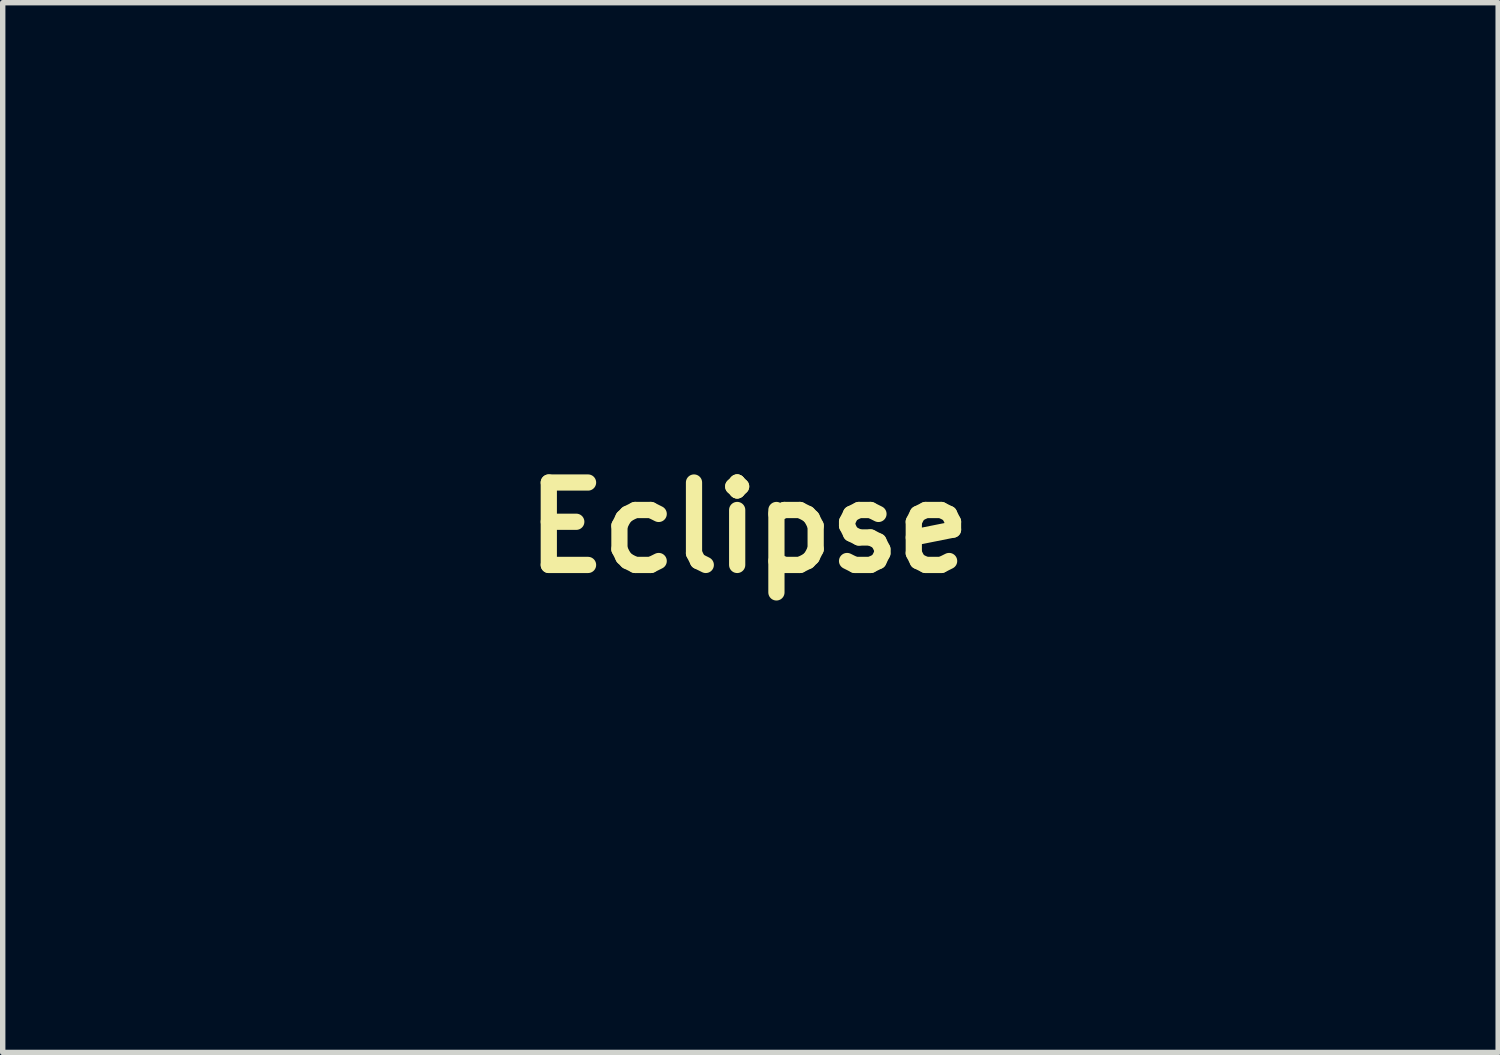
<source format=kicad_pcb>
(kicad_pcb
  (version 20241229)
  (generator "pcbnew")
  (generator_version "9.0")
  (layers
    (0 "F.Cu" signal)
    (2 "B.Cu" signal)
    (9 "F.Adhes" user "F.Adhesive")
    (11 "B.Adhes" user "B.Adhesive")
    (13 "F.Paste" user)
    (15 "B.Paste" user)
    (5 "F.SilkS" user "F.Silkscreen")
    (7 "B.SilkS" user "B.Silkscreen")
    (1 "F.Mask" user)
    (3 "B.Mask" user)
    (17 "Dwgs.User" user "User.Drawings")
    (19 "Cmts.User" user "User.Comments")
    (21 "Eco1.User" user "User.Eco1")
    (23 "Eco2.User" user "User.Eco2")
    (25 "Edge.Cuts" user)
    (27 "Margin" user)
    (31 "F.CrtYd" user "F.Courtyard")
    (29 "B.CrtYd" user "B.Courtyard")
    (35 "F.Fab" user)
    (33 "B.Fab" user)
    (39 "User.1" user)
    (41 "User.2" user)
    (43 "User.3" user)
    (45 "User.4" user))
  (footprint "Eclipse"
    (layer "F.Cu")
    (at 10.799 6.707)
    (property "Reference" "Eclipse" (at 0 0 0) (layer "F.SilkS") (effects (font (size 1.524 1.524) (thickness 0.3))))
    (attr through_hole)
    (fp_poly (pts (xy 4.03 -0.702) (xy 4.095 -0.669) (xy 4.1 -0.666) (xy 4.195 -0.59) (xy 4.215 -0.515) (xy 4.159 -0.43) (xy 4.045 -0.34) (xy 3.938 -0.256) (xy 3.868 -0.182) (xy 3.852 -0.146) (xy 3.827 -0.092) (xy 3.761 -0.097) (xy 3.671 -0.16) (xy 3.644 -0.187) (xy 3.577 -0.284) (xy 3.574 -0.374) (xy 3.641 -0.47) (xy 3.781 -0.585) (xy 3.783 -0.586) (xy 3.899 -0.667) (xy 3.973 -0.704) (xy 4.03 -0.702)) (stroke (width 0.01) (type solid)) (fill yes) (layer "F.Mask"))
    (fp_poly (pts (xy 5.18 -4.591) (xy 5.265 -4.532) (xy 5.272 -4.525) (xy 5.373 -4.424) (xy 5.032 -3.831) (xy 4.65 -3.159) (xy 4.286 -2.503) (xy 3.943 -1.87) (xy 3.624 -1.264) (xy 3.331 -0.69) (xy 3.067 -0.154) (xy 2.833 0.339) (xy 2.633 0.785) (xy 2.469 1.178) (xy 2.343 1.514) (xy 2.258 1.786) (xy 2.223 1.943) (xy 2.207 2.056) (xy 2.214 2.105) (xy 2.249 2.107) (xy 2.267 2.101) (xy 2.346 2.108) (xy 2.44 2.164) (xy 2.514 2.242) (xy 2.54 2.31) (xy 2.505 2.375) (xy 2.416 2.407) (xy 2.298 2.403) (xy 2.173 2.364) (xy 2.109 2.325) (xy 2.001 2.216) (xy 1.941 2.075) (xy 1.927 1.896) (xy 1.96 1.669) (xy 2.039 1.384) (xy 2.098 1.212) (xy 2.204 0.92) (xy 2.107 0.981) (xy 1.675 1.244) (xy 1.299 1.446) (xy 0.977 1.587) (xy 0.708 1.668) (xy 0.491 1.689) (xy 0.322 1.652) (xy 0.279 1.628) (xy 0.143 1.498) (xy 0.069 1.336) (xy 0.066 1.172) (xy 0.14 0.956) (xy 0.271 0.707) (xy 0.446 0.441) (xy 0.652 0.172) (xy 0.877 -0.083) (xy 1.107 -0.31) (xy 1.331 -0.492) (xy 1.532 -0.614) (xy 1.742 -0.694) (xy 1.915 -0.715) (xy 2.071 -0.678) (xy 2.118 -0.656) (xy 2.256 -0.544) (xy 2.323 -0.394) (xy 2.316 -0.22) (xy 2.244 -0.053) (xy 2.173 0.049) (xy 2.114 0.076) (xy 2.044 0.033) (xy 1.99 -0.021) (xy 1.928 -0.092) (xy 1.914 -0.148) (xy 1.944 -0.224) (xy 1.97 -0.273) (xy 2.016 -0.371) (xy 2.031 -0.434) (xy 2.028 -0.441) (xy 1.972 -0.443) (xy 1.867 -0.401) (xy 1.73 -0.326) (xy 1.578 -0.229) (xy 1.429 -0.119) (xy 1.309 -0.014) (xy 1.132 0.168) (xy 0.952 0.376) (xy 0.78 0.598) (xy 0.623 0.818) (xy 0.492 1.024) (xy 0.396 1.203) (xy 0.345 1.339) (xy 0.339 1.385) (xy 0.373 1.423) (xy 0.469 1.418) (xy 0.62 1.374) (xy 0.817 1.296) (xy 1.051 1.187) (xy 1.314 1.05) (xy 1.597 0.889) (xy 1.893 0.709) (xy 1.999 0.641) (xy 2.41 0.374) (xy 2.877 -0.564) (xy 3.048 -0.905) (xy 3.235 -1.267) (xy 3.432 -1.645) (xy 3.635 -2.029) (xy 3.841 -2.412) (xy 4.045 -2.788) (xy 4.243 -3.148) (xy 4.431 -3.485) (xy 4.604 -3.792) (xy 4.759 -4.06) (xy 4.892 -4.283) (xy 4.998 -4.453) (xy 5.073 -4.562) (xy 5.111 -4.603) (xy 5.18 -4.591)) (stroke (width 0.01) (type solid)) (fill yes) (layer "F.Mask"))
    (fp_poly (pts (xy 5.132 -0.659) (xy 5.204 -0.591) (xy 5.232 -0.539) (xy 5.221 -0.464) (xy 5.166 -0.33) (xy 5.069 -0.145) (xy 5.015 -0.052) (xy 4.775 0.36) (xy 5.071 0.068) (xy 5.385 -0.214) (xy 5.677 -0.423) (xy 5.944 -0.557) (xy 6.185 -0.615) (xy 6.397 -0.598) (xy 6.579 -0.503) (xy 6.664 -0.419) (xy 6.748 -0.257) (xy 6.773 -0.052) (xy 6.744 0.183) (xy 6.668 0.436) (xy 6.55 0.695) (xy 6.395 0.949) (xy 6.21 1.185) (xy 6.001 1.391) (xy 5.772 1.555) (xy 5.695 1.597) (xy 5.429 1.69) (xy 5.163 1.698) (xy 4.897 1.622) (xy 4.633 1.461) (xy 4.576 1.415) (xy 4.49 1.349) (xy 4.436 1.317) (xy 4.428 1.318) (xy 4.257 1.537) (xy 4.051 1.824) (xy 3.814 2.175) (xy 3.55 2.581) (xy 3.264 3.038) (xy 2.959 3.538) (xy 2.639 4.075) (xy 2.308 4.644) (xy 2.223 4.793) (xy 1.977 5.219) (xy 1.766 5.58) (xy 1.591 5.873) (xy 1.451 6.098) (xy 1.349 6.252) (xy 1.286 6.334) (xy 1.266 6.349) (xy 1.187 6.32) (xy 1.128 6.273) (xy 1.074 6.191) (xy 1.058 6.139) (xy 1.079 6.079) (xy 1.138 5.957) (xy 1.23 5.78) (xy 1.35 5.557) (xy 1.493 5.299) (xy 1.653 5.014) (xy 1.826 4.712) (xy 2.006 4.401) (xy 2.189 4.091) (xy 2.319 3.873) (xy 2.506 3.562) (xy 2.696 3.243) (xy 2.885 2.925) (xy 3.066 2.616) (xy 3.236 2.324) (xy 3.39 2.058) (xy 3.523 1.827) (xy 3.629 1.638) (xy 3.705 1.501) (xy 3.745 1.422) (xy 3.75 1.407) (xy 3.711 1.422) (xy 3.623 1.474) (xy 3.515 1.544) (xy 3.315 1.655) (xy 3.148 1.692) (xy 3.005 1.657) (xy 2.906 1.582) (xy 2.829 1.48) (xy 2.799 1.363) (xy 2.815 1.214) (xy 2.876 1.015) (xy 2.905 0.939) (xy 2.968 0.791) (xy 3.045 0.626) (xy 3.128 0.46) (xy 3.208 0.31) (xy 3.274 0.196) (xy 3.318 0.133) (xy 3.328 0.127) (xy 3.394 0.154) (xy 3.476 0.216) (xy 3.539 0.286) (xy 3.556 0.323) (xy 3.538 0.386) (xy 3.489 0.503) (xy 3.419 0.654) (xy 3.381 0.73) (xy 3.295 0.907) (xy 3.217 1.077) (xy 3.161 1.21) (xy 3.149 1.242) (xy 3.091 1.406) (xy 3.207 1.333) (xy 3.349 1.235) (xy 4.567 1.235) (xy 4.627 1.306) (xy 4.76 1.383) (xy 4.805 1.405) (xy 4.988 1.46) (xy 5.178 1.451) (xy 5.397 1.375) (xy 5.406 1.371) (xy 5.509 1.307) (xy 5.645 1.199) (xy 5.792 1.068) (xy 5.848 1.013) (xy 6.047 0.781) (xy 6.223 0.518) (xy 6.364 0.246) (xy 6.458 -0.014) (xy 6.49 -0.184) (xy 6.51 -0.389) (xy 6.356 -0.36) (xy 6.142 -0.288) (xy 5.894 -0.148) (xy 5.62 0.054) (xy 5.326 0.313) (xy 5.019 0.621) (xy 4.708 0.974) (xy 4.643 1.052) (xy 4.575 1.155) (xy 4.567 1.235) (xy 3.349 1.235) (xy 3.39 1.206) (xy 3.612 1.037) (xy 3.854 0.84) (xy 4.048 0.672) (xy 4.181 0.548) (xy 4.297 0.419) (xy 4.409 0.269) (xy 4.532 0.076) (xy 4.647 -0.119) (xy 4.759 -0.312) (xy 4.859 -0.479) (xy 4.936 -0.606) (xy 4.984 -0.68) (xy 4.993 -0.691) (xy 5.051 -0.699) (xy 5.132 -0.659)) (stroke (width 0.01) (type solid)) (fill yes) (layer "F.Mask"))
    (fp_poly (pts (xy -3.178 -6.695) (xy -2.881 -6.639) (xy -2.851 -6.63) (xy -2.528 -6.485) (xy -2.264 -6.286) (xy -2.065 -6.038) (xy -1.948 -5.783) (xy -1.913 -5.595) (xy -1.908 -5.353) (xy -1.929 -5.084) (xy -1.974 -4.812) (xy -2.042 -4.562) (xy -2.054 -4.53) (xy -2.131 -4.333) (xy -2.226 -4.116) (xy -2.329 -3.9) (xy -2.428 -3.706) (xy -2.513 -3.555) (xy -2.555 -3.493) (xy -2.6 -3.441) (xy -2.64 -3.438) (xy -2.703 -3.49) (xy -2.736 -3.523) (xy -2.853 -3.638) (xy -2.633 -4.094) (xy -2.477 -4.434) (xy -2.36 -4.722) (xy -2.276 -4.979) (xy -2.218 -5.223) (xy -2.197 -5.343) (xy -2.178 -5.609) (xy -2.2 -5.86) (xy -2.261 -6.072) (xy -2.331 -6.196) (xy -2.469 -6.308) (xy -2.677 -6.389) (xy -2.946 -6.437) (xy -3.239 -6.449) (xy -3.694 -6.412) (xy -4.168 -6.317) (xy -4.649 -6.17) (xy -5.128 -5.977) (xy -5.594 -5.745) (xy -6.037 -5.479) (xy -6.447 -5.186) (xy -6.813 -4.872) (xy -7.126 -4.543) (xy -7.374 -4.205) (xy -7.548 -3.864) (xy -7.549 -3.862) (xy -7.602 -3.65) (xy -7.619 -3.404) (xy -7.6 -3.159) (xy -7.545 -2.95) (xy -7.536 -2.93) (xy -7.383 -2.692) (xy -7.151 -2.467) (xy -6.842 -2.258) (xy -6.46 -2.069) (xy -6.009 -1.9) (xy -5.884 -1.861) (xy -5.642 -1.779) (xy -5.453 -1.697) (xy -5.324 -1.619) (xy -5.263 -1.551) (xy -5.275 -1.495) (xy -5.293 -1.483) (xy -5.381 -1.425) (xy -5.523 -1.324) (xy -5.707 -1.188) (xy -5.921 -1.027) (xy -6.153 -0.85) (xy -6.391 -0.666) (xy -6.623 -0.485) (xy -6.836 -0.315) (xy -7.019 -0.166) (xy -7.068 -0.125) (xy -7.637 0.375) (xy -8.164 0.886) (xy -8.646 1.403) (xy -9.08 1.921) (xy -9.464 2.435) (xy -9.793 2.94) (xy -10.066 3.431) (xy -10.279 3.904) (xy -10.428 4.353) (xy -10.511 4.774) (xy -10.525 5.161) (xy -10.503 5.349) (xy -10.424 5.672) (xy -10.309 5.925) (xy -10.151 6.12) (xy -9.942 6.267) (xy -9.853 6.31) (xy -9.66 6.37) (xy -9.407 6.41) (xy -9.116 6.431) (xy -8.812 6.43) (xy -8.516 6.405) (xy -8.43 6.393) (xy -7.91 6.276) (xy -7.354 6.088) (xy -6.766 5.829) (xy -6.15 5.502) (xy -5.509 5.11) (xy -4.848 4.655) (xy -4.171 4.139) (xy -3.481 3.565) (xy -3.323 3.427) (xy -3.125 3.246) (xy -2.883 3.016) (xy -2.609 2.749) (xy -2.314 2.455) (xy -2.01 2.148) (xy -1.708 1.838) (xy -1.419 1.537) (xy -1.155 1.257) (xy -0.928 1.009) (xy -0.749 0.806) (xy -0.72 0.772) (xy -0.581 0.612) (xy -0.456 0.479) (xy -0.358 0.386) (xy -0.299 0.343) (xy -0.293 0.341) (xy -0.22 0.368) (xy -0.134 0.437) (xy -0.131 0.44) (xy -0.036 0.541) (xy -0.516 1.085) (xy -1.335 1.986) (xy -2.138 2.807) (xy -2.925 3.551) (xy -3.699 4.218) (xy -4.464 4.812) (xy -5.222 5.335) (xy -5.976 5.788) (xy -6.464 6.047) (xy -7.052 6.316) (xy -7.602 6.514) (xy -8.117 6.642) (xy -8.604 6.7) (xy -9.067 6.69) (xy -9.12 6.685) (xy -9.462 6.622) (xy -9.765 6.508) (xy -10.021 6.362) (xy -10.268 6.17) (xy -10.463 5.946) (xy -10.625 5.666) (xy -10.641 5.632) (xy -10.748 5.312) (xy -10.794 4.944) (xy -10.779 4.542) (xy -10.713 4.17) (xy -10.581 3.745) (xy -10.38 3.284) (xy -10.115 2.795) (xy -9.789 2.285) (xy -9.408 1.762) (xy -8.977 1.231) (xy -8.673 0.889) (xy -8.387 0.593) (xy -8.045 0.265) (xy -7.663 -0.08) (xy -7.257 -0.429) (xy -6.843 -0.769) (xy -6.437 -1.084) (xy -6.092 -1.336) (xy -5.949 -1.44) (xy -5.836 -1.527) (xy -5.77 -1.585) (xy -5.758 -1.601) (xy -5.795 -1.627) (xy -5.894 -1.674) (xy -6.039 -1.734) (xy -6.135 -1.771) (xy -6.607 -1.975) (xy -7.008 -2.207) (xy -7.338 -2.463) (xy -7.594 -2.74) (xy -7.775 -3.036) (xy -7.878 -3.347) (xy -7.903 -3.669) (xy -7.847 -4.001) (xy -7.709 -4.339) (xy -7.671 -4.406) (xy -7.501 -4.651) (xy -7.266 -4.915) (xy -6.981 -5.188) (xy -6.66 -5.457) (xy -6.316 -5.71) (xy -5.965 -5.935) (xy -5.678 -6.092) (xy -5.236 -6.292) (xy -4.789 -6.456) (xy -4.347 -6.58) (xy -3.923 -6.662) (xy -3.529 -6.702) (xy -3.178 -6.695)) (stroke (width 0.01) (type solid)) (fill yes) (layer "F.Mask"))
    (fp_poly (pts (xy 8.37 -0.781) (xy 8.443 -0.733) (xy 8.456 -0.722) (xy 8.522 -0.64) (xy 8.544 -0.552) (xy 8.519 -0.452) (xy 8.442 -0.333) (xy 8.308 -0.188) (xy 8.113 -0.012) (xy 7.852 0.202) (xy 7.789 0.252) (xy 7.624 0.386) (xy 7.485 0.504) (xy 7.385 0.594) (xy 7.336 0.647) (xy 7.333 0.652) (xy 7.347 0.722) (xy 7.375 0.772) (xy 7.402 0.797) (xy 7.441 0.806) (xy 7.507 0.796) (xy 7.61 0.765) (xy 7.764 0.707) (xy 7.982 0.621) (xy 8.034 0.6) (xy 8.266 0.506) (xy 8.435 0.433) (xy 8.556 0.373) (xy 8.645 0.315) (xy 8.716 0.251) (xy 8.754 0.207) (xy 9.239 0.207) (xy 9.24 0.212) (xy 9.291 0.198) (xy 9.399 0.161) (xy 9.537 0.111) (xy 9.824 -0.007) (xy 10.048 -0.119) (xy 10.204 -0.222) (xy 10.287 -0.314) (xy 10.294 -0.39) (xy 10.284 -0.406) (xy 10.188 -0.46) (xy 10.051 -0.449) (xy 9.883 -0.377) (xy 9.692 -0.249) (xy 9.486 -0.067) (xy 9.463 -0.044) (xy 9.352 0.071) (xy 9.274 0.159) (xy 9.239 0.207) (xy 8.754 0.207) (xy 8.785 0.171) (xy 8.821 0.126) (xy 9.068 -0.161) (xy 9.309 -0.396) (xy 9.538 -0.57) (xy 9.746 -0.68) (xy 9.926 -0.72) (xy 9.93 -0.72) (xy 10.091 -0.687) (xy 10.256 -0.599) (xy 10.406 -0.476) (xy 10.52 -0.333) (xy 10.579 -0.189) (xy 10.583 -0.146) (xy 10.543 -0.058) (xy 10.428 0.044) (xy 10.246 0.155) (xy 10.004 0.271) (xy 9.711 0.388) (xy 9.375 0.502) (xy 9.207 0.553) (xy 9.046 0.606) (xy 8.914 0.659) (xy 8.836 0.704) (xy 8.826 0.715) (xy 8.752 0.838) (xy 8.671 0.988) (xy 8.597 1.14) (xy 8.54 1.271) (xy 8.511 1.358) (xy 8.51 1.371) (xy 8.521 1.421) (xy 8.572 1.436) (xy 8.668 1.425) (xy 8.814 1.384) (xy 9.016 1.3) (xy 9.259 1.182) (xy 9.53 1.035) (xy 9.815 0.868) (xy 10.054 0.717) (xy 10.232 0.602) (xy 10.387 0.503) (xy 10.503 0.431) (xy 10.567 0.395) (xy 10.571 0.393) (xy 10.631 0.407) (xy 10.716 0.468) (xy 10.735 0.487) (xy 10.848 0.6) (xy 10.642 0.747) (xy 10.443 0.882) (xy 10.207 1.032) (xy 9.953 1.185) (xy 9.702 1.329) (xy 9.472 1.453) (xy 9.286 1.545) (xy 9.232 1.569) (xy 8.988 1.659) (xy 8.799 1.705) (xy 8.648 1.709) (xy 8.527 1.675) (xy 8.391 1.588) (xy 8.281 1.467) (xy 8.219 1.34) (xy 8.213 1.291) (xy 8.227 1.191) (xy 8.261 1.06) (xy 8.274 1.021) (xy 8.306 0.916) (xy 8.313 0.854) (xy 8.307 0.847) (xy 8.257 0.861) (xy 8.149 0.9) (xy 8.001 0.956) (xy 7.936 0.982) (xy 7.594 1.116) (xy 7.659 1.298) (xy 7.697 1.413) (xy 7.7 1.482) (xy 7.666 1.538) (xy 7.629 1.576) (xy 7.564 1.627) (xy 7.479 1.659) (xy 7.351 1.677) (xy 7.202 1.687) (xy 6.995 1.689) (xy 6.848 1.672) (xy 6.739 1.634) (xy 6.738 1.634) (xy 6.614 1.544) (xy 6.544 1.441) (xy 6.544 1.419) (xy 7.027 1.419) (xy 7.061 1.442) (xy 7.142 1.436) (xy 7.239 1.408) (xy 7.324 1.362) (xy 7.33 1.358) (xy 7.391 1.294) (xy 7.403 1.25) (xy 7.402 1.25) (xy 7.354 1.252) (xy 7.263 1.284) (xy 7.158 1.331) (xy 7.07 1.379) (xy 7.028 1.416) (xy 7.027 1.419) (xy 6.544 1.419) (xy 6.542 1.346) (xy 6.59 1.294) (xy 6.694 1.218) (xy 6.831 1.133) (xy 6.981 1.05) (xy 7.121 0.985) (xy 7.138 0.978) (xy 7.271 0.926) (xy 7.119 0.63) (xy 7.003 0.354) (xy 6.972 0.18) (xy 7.257 0.18) (xy 7.269 0.192) (xy 7.313 0.169) (xy 7.399 0.107) (xy 7.535 -0.001) (xy 7.643 -0.088) (xy 7.836 -0.249) (xy 7.965 -0.367) (xy 8.029 -0.44) (xy 8.024 -0.466) (xy 8.023 -0.466) (xy 7.972 -0.447) (xy 7.87 -0.398) (xy 7.738 -0.331) (xy 7.51 -0.18) (xy 7.346 -0.007) (xy 7.267 0.14) (xy 7.257 0.18) (xy 6.972 0.18) (xy 6.96 0.116) (xy 6.989 -0.092) (xy 7.09 -0.277) (xy 7.095 -0.284) (xy 7.238 -0.418) (xy 7.438 -0.55) (xy 7.668 -0.665) (xy 7.901 -0.751) (xy 8.112 -0.794) (xy 8.126 -0.795) (xy 8.274 -0.799) (xy 8.37 -0.781)) (stroke (width 0.01) (type solid)) (fill yes) (layer "F.Mask")))
  (gr_rect
    (start -3 -3)
    (end 24.653 16.411)
    (stroke (width 0.1) (type default))
    (fill no)
    (layer "Edge.Cuts")))
</source>
